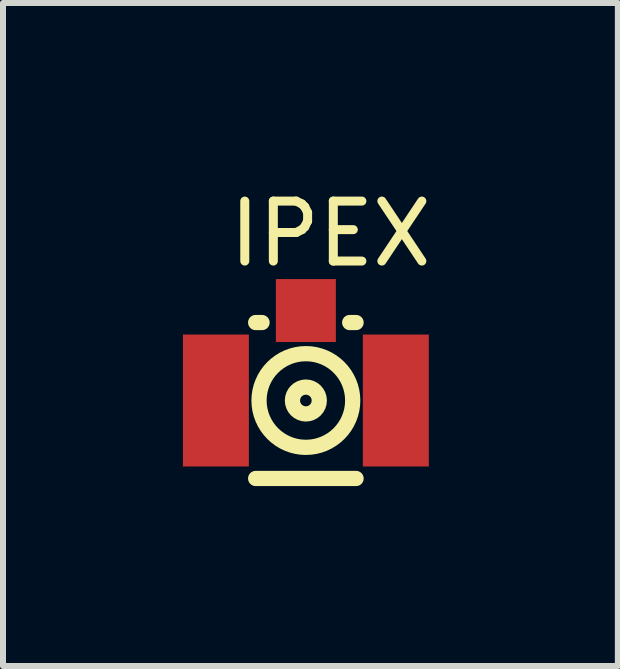
<source format=kicad_pcb>
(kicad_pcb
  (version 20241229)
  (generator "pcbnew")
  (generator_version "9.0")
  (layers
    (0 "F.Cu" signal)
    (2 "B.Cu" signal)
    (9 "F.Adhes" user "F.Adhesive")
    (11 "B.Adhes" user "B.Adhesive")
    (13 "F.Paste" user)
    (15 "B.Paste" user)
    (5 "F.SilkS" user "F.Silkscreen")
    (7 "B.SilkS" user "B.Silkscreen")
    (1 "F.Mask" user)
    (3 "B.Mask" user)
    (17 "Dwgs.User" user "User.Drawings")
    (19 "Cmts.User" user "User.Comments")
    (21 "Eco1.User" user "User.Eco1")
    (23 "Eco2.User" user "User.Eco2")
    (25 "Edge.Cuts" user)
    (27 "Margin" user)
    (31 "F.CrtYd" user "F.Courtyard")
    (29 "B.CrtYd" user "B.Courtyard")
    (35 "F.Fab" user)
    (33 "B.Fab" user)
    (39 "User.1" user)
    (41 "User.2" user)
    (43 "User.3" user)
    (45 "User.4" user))
  (footprint "IPEX"
    (layer "F.Cu")
    (at 2.46 0.348)
    (property "Reference" "IPEX" (at 0 0.5 0) (layer "F.SilkS") (effects (font (size 1 1) (thickness 0.15))))
    (attr through_hole)
    (fp_line (start -1.247 1.98) (end -1.141 1.98) (stroke (width 0.254) (type solid)) (layer "F.SilkS"))
    (fp_line (start 0.321 1.98) (end 0.427 1.98) (stroke (width 0.254) (type solid)) (layer "F.SilkS"))
    (fp_line (start 0.427 4.58) (end -1.247 4.58) (stroke (width 0.254) (type solid)) (layer "F.SilkS"))
    (fp_circle (center -0.41 3.28) (end -0.186 3.28) (stroke (width 0.254) (type solid)) (fill no) (layer "F.SilkS"))
    (fp_circle (center -0.41 3.28) (end 0.371 3.28) (stroke (width 0.254) (type solid)) (fill no) (layer "F.SilkS"))
    (pad "1" smd rect (at -0.41 1.78 90) (size 1.05 1) (layers "F.Cu" "F.Mask" "F.Paste"))
    (pad "2" smd rect (at -1.91 3.28 90) (size 2.2 1.1) (layers "F.Cu" "F.Mask" "F.Paste"))
    (pad "2" smd rect (at 1.09 3.28 90) (size 2.2 1.1) (layers "F.Cu" "F.Mask" "F.Paste")))
  (gr_rect
    (start -3 -3)
    (end 7.252 8.055)
    (stroke (width 0.1) (type default))
    (fill no)
    (layer "Edge.Cuts")))
</source>
